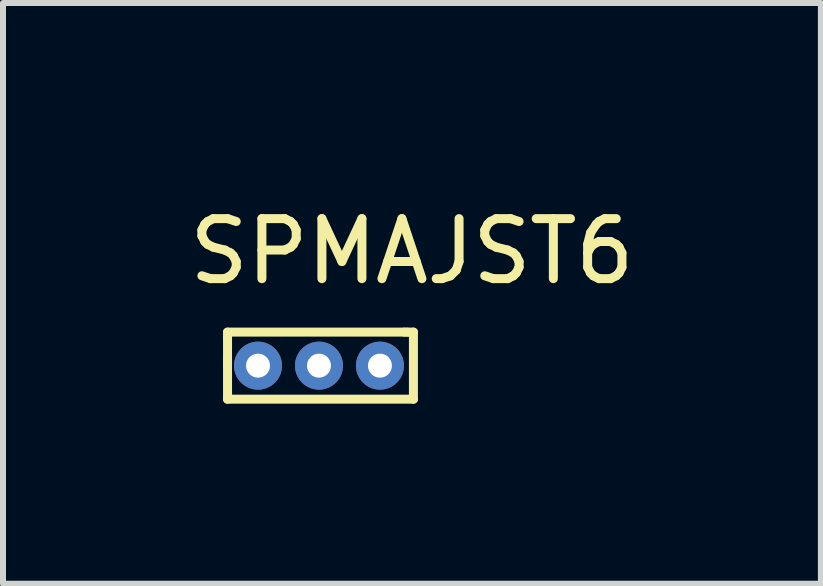
<source format=kicad_pcb>
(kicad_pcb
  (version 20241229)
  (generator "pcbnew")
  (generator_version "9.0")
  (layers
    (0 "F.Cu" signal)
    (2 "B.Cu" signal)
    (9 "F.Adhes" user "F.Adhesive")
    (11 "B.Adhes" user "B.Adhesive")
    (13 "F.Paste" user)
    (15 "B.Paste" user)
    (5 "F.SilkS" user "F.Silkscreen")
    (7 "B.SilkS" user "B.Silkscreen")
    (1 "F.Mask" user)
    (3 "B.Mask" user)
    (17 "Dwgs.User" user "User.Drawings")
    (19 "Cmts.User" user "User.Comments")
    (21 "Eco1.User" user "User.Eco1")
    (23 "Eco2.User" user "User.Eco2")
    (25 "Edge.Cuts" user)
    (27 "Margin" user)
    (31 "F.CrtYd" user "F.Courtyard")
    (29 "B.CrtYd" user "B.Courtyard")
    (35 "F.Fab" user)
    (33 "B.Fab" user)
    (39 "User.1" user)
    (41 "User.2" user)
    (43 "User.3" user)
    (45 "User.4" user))
  (footprint "SPMAJST6"
    (layer "F.Cu")
    (at 3.18 0.25)
    (property "Reference" "SPMAJST6" (at 0.635 0.889 0) (layer "F.SilkS") (effects (font (size 1 1) (thickness 0.15))))
    (attr through_hole)
    (fp_line (start -2.438 2.235) (end 0.508 2.235) (stroke (width 0.15) (type solid)) (layer "F.SilkS"))
    (fp_line (start -2.438 2.337) (end -2.438 2.235) (stroke (width 0.15) (type solid)) (layer "F.SilkS"))
    (fp_line (start -2.438 2.794) (end -2.438 2.337) (stroke (width 0.15) (type solid)) (layer "F.SilkS"))
    (fp_line (start -2.438 3.353) (end -2.438 2.692) (stroke (width 0.15) (type solid)) (layer "F.SilkS"))
    (fp_line (start 0.508 2.235) (end 0.559 2.235) (stroke (width 0.15) (type solid)) (layer "F.SilkS"))
    (fp_line (start 0.559 2.235) (end 0.66 2.235) (stroke (width 0.15) (type solid)) (layer "F.SilkS"))
    (fp_line (start 0.66 2.235) (end 0.66 3.353) (stroke (width 0.15) (type solid)) (layer "F.SilkS"))
    (fp_line (start 0.66 3.353) (end -2.438 3.353) (stroke (width 0.15) (type solid)) (layer "F.SilkS"))
    (pad "2" thru_hole circle (at -1.93 2.794) (size 0.8 0.8) (drill 0.4) (layers "*.Cu" "*.Mask"))
    (pad "3" thru_hole circle (at -0.914 2.794) (size 0.8 0.8) (drill 0.4) (layers "*.Cu" "*.Mask"))
    (pad "4" thru_hole circle (at 0.102 2.794) (size 0.8 0.8) (drill 0.4) (layers "*.Cu" "*.Mask")))
  (gr_rect
    (start -3 -3)
    (end 10.631 6.678)
    (stroke (width 0.1) (type default))
    (fill no)
    (layer "Edge.Cuts")))
</source>
